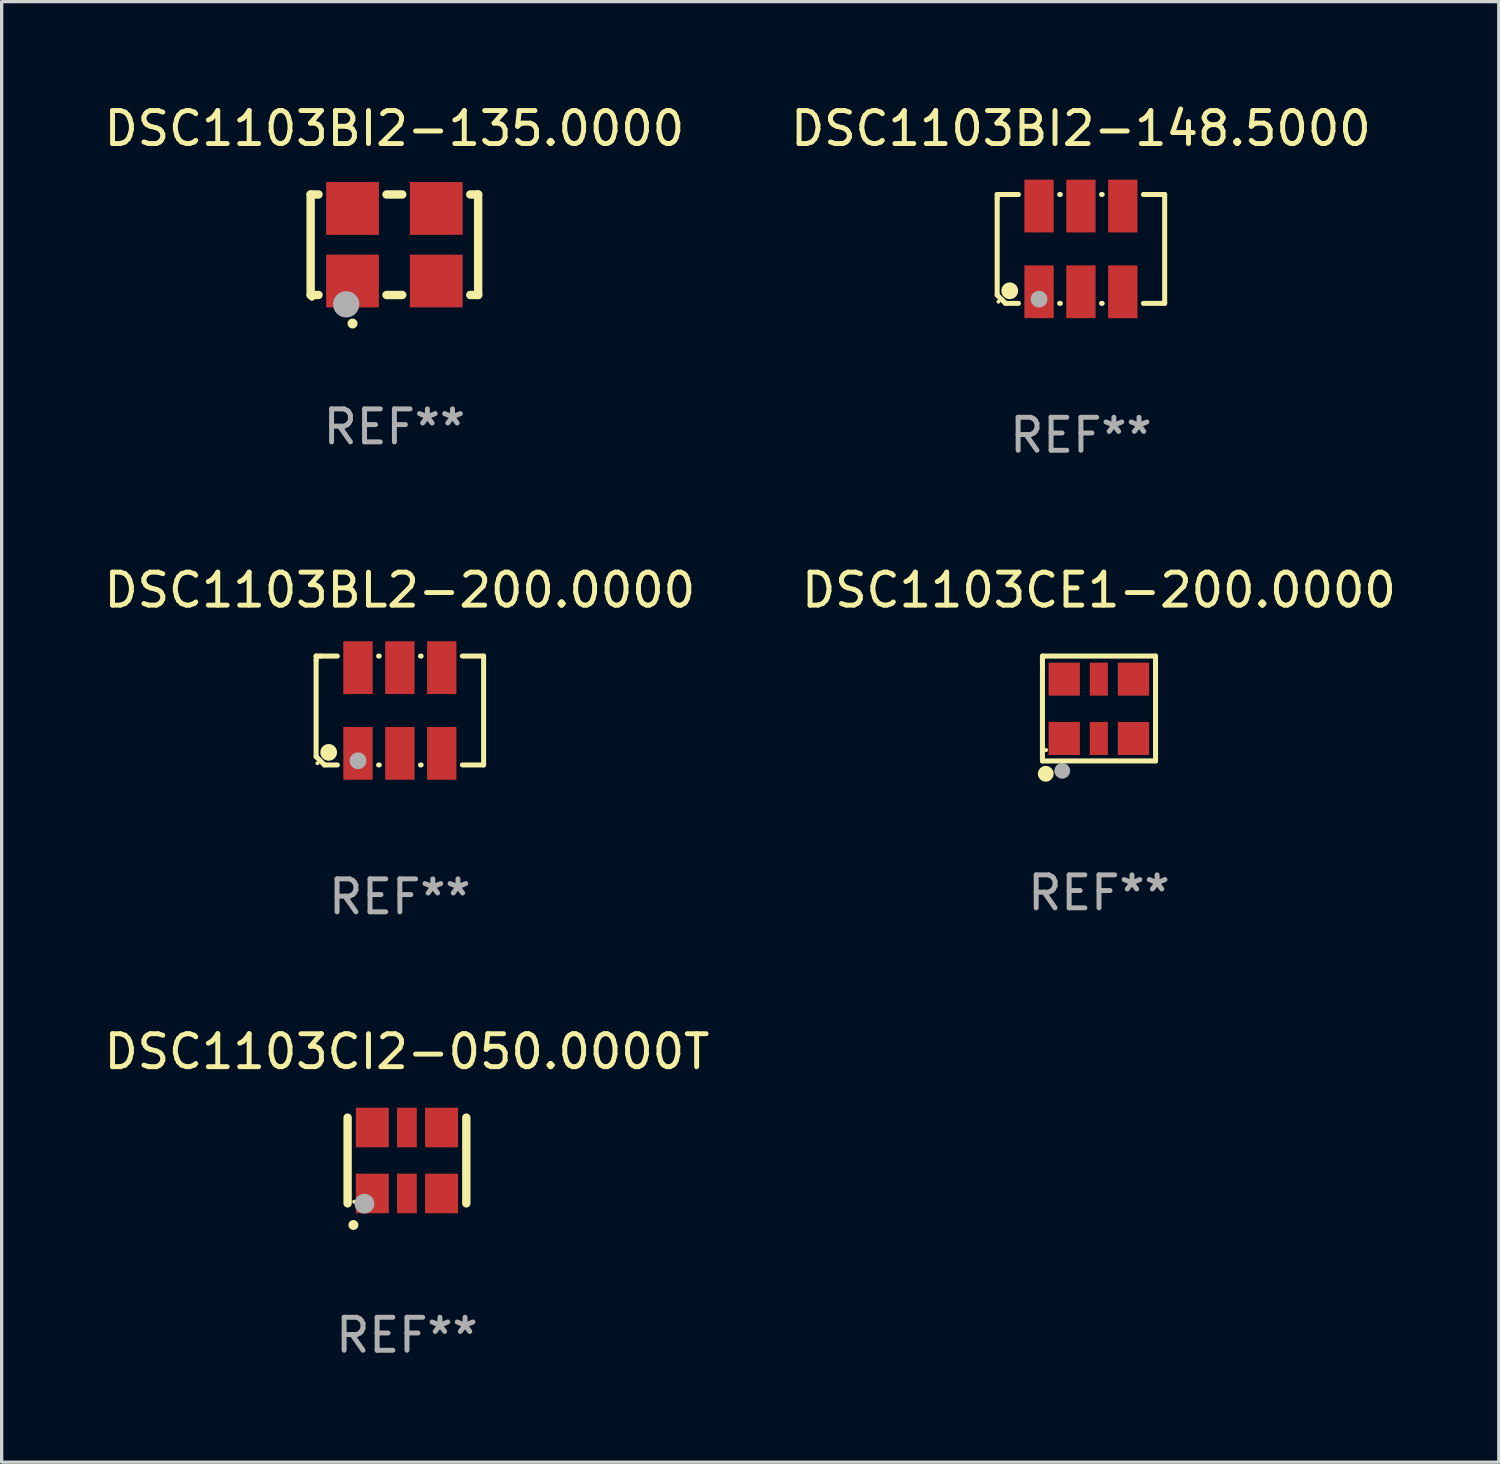
<source format=kicad_pcb>
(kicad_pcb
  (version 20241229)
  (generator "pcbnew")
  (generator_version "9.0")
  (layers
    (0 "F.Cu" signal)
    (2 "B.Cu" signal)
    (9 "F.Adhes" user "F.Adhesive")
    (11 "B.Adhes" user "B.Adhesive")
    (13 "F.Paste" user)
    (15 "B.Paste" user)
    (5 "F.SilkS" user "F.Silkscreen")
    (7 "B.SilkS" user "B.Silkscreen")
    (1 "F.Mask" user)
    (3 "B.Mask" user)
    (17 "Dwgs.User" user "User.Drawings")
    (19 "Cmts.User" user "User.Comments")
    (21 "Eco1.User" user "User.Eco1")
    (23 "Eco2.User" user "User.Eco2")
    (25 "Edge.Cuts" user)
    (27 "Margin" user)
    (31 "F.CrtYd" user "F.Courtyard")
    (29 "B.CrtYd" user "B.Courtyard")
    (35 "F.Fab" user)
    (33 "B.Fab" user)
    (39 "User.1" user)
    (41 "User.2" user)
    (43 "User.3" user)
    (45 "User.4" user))
  (footprint "DSC1103BI2-135.0000"
    (layer "F.Cu")
    (at 8.911 4.372)
    (property "Reference" "DSC1103BI2-135.0000" (at 0 -3.524 0) (layer "F.SilkS") (effects (font (size 1 1) (thickness 0.15))))
    (attr through_hole)
    (fp_line (start -2.54 -1.524) (end -2.301 -1.524) (stroke (width 0.254) (type solid)) (layer "F.SilkS"))
    (fp_line (start -2.54 1.524) (end -2.54 -1.524) (stroke (width 0.254) (type solid)) (layer "F.SilkS"))
    (fp_line (start -2.301 1.524) (end -2.54 1.524) (stroke (width 0.254) (type solid)) (layer "F.SilkS"))
    (fp_line (start -0.239 -1.524) (end 0.239 -1.524) (stroke (width 0.254) (type solid)) (layer "F.SilkS"))
    (fp_line (start 0.239 1.524) (end -0.239 1.524) (stroke (width 0.254) (type solid)) (layer "F.SilkS"))
    (fp_line (start 2.301 -1.524) (end 2.54 -1.524) (stroke (width 0.254) (type solid)) (layer "F.SilkS"))
    (fp_line (start 2.54 -1.524) (end 2.54 1.524) (stroke (width 0.254) (type solid)) (layer "F.SilkS"))
    (fp_line (start 2.54 1.524) (end 2.301 1.524) (stroke (width 0.254) (type solid)) (layer "F.SilkS"))
    (fp_arc (start -1.271298 2.389992) (mid -1.270028 2.389987) (end -1.268758 2.389992) (stroke (width 0.3) (type solid)) (layer "F.SilkS"))
    (fp_circle (center -2.5 1.6) (end -2.45 1.6) (stroke (width 0.1) (type solid)) (fill no) (layer "F.SilkS"))
    (fp_circle (center -1.462 1.807) (end -1.262 1.807) (stroke (width 0.4) (type solid)) (fill no) (layer "F.Fab"))
    (fp_text user "REF**" (at 0 5.524 0) (layer "F.Fab") (effects (font (size 1 1) (thickness 0.15))))
    (pad "1" smd rect (at -1.27 1.1) (size 1.6 1.6) (layers "F.Cu" "F.Mask" "F.Paste"))
    (pad "2" smd rect (at 1.27 1.1) (size 1.6 1.6) (layers "F.Cu" "F.Mask" "F.Paste"))
    (pad "3" smd rect (at 1.27 -1.1) (size 1.6 1.6) (layers "F.Cu" "F.Mask" "F.Paste"))
    (pad "4" smd rect (at -1.27 -1.1) (size 1.6 1.6) (layers "F.Cu" "F.Mask" "F.Paste")))
  (footprint "DSC1103BL2-200.0000"
    (layer "F.Cu")
    (at 9.077 18.498)
    (property "Reference" "DSC1103BL2-200.0000" (at 0 -3.651 0) (layer "F.SilkS") (effects (font (size 1 1) (thickness 0.15))))
    (attr through_hole)
    (fp_line (start -2.54 -1.651) (end -2.413 -1.651) (stroke (width 0.152) (type solid)) (layer "F.SilkS"))
    (fp_line (start -2.54 -1.524) (end -2.54 -1.651) (stroke (width 0.152) (type solid)) (layer "F.SilkS"))
    (fp_line (start -2.54 1.397) (end -2.54 -1.524) (stroke (width 0.152) (type solid)) (layer "F.SilkS"))
    (fp_line (start -2.413 -1.651) (end -1.895 -1.651) (stroke (width 0.152) (type solid)) (layer "F.SilkS"))
    (fp_line (start -2.286 1.651) (end -2.54 1.397) (stroke (width 0.152) (type solid)) (layer "F.SilkS"))
    (fp_line (start -1.895 1.651) (end -2.286 1.651) (stroke (width 0.152) (type solid)) (layer "F.SilkS"))
    (fp_line (start -0.645 -1.651) (end -0.625 -1.651) (stroke (width 0.152) (type solid)) (layer "F.SilkS"))
    (fp_line (start -0.625 1.651) (end -0.645 1.651) (stroke (width 0.152) (type solid)) (layer "F.SilkS"))
    (fp_line (start 0.625 -1.651) (end 0.645 -1.651) (stroke (width 0.152) (type solid)) (layer "F.SilkS"))
    (fp_line (start 0.645 1.651) (end 0.625 1.651) (stroke (width 0.152) (type solid)) (layer "F.SilkS"))
    (fp_line (start 1.895 -1.651) (end 2.54 -1.651) (stroke (width 0.152) (type solid)) (layer "F.SilkS"))
    (fp_line (start 2.54 -1.651) (end 2.54 1.651) (stroke (width 0.152) (type solid)) (layer "F.SilkS"))
    (fp_line (start 2.54 1.651) (end 1.895 1.651) (stroke (width 0.152) (type solid)) (layer "F.SilkS"))
    (fp_circle (center -2.5 1.6) (end -2.47 1.6) (stroke (width 0.06) (type solid)) (fill no) (layer "F.SilkS"))
    (fp_circle (center -2.159 1.27) (end -2.032 1.27) (stroke (width 0.254) (type solid)) (fill no) (layer "F.SilkS"))
    (fp_circle (center -1.27 1.524) (end -1.143 1.524) (stroke (width 0.254) (type solid)) (fill no) (layer "F.Fab"))
    (fp_text user "REF**" (at 0 5.651 0) (layer "F.Fab") (effects (font (size 1 1) (thickness 0.15))))
    (pad "1" smd rect (at -1.27 1.3) (size 0.89 1.6) (layers "F.Cu" "F.Mask" "F.Paste"))
    (pad "2" smd rect (at 0 1.3) (size 0.89 1.6) (layers "F.Cu" "F.Mask" "F.Paste"))
    (pad "3" smd rect (at 1.27 1.3) (size 0.89 1.6) (layers "F.Cu" "F.Mask" "F.Paste"))
    (pad "4" smd rect (at 1.27 -1.3) (size 0.89 1.6) (layers "F.Cu" "F.Mask" "F.Paste"))
    (pad "5" smd rect (at 0 -1.3) (size 0.89 1.6) (layers "F.Cu" "F.Mask" "F.Paste"))
    (pad "6" smd rect (at -1.27 -1.3) (size 0.89 1.6) (layers "F.Cu" "F.Mask" "F.Paste")))
  (footprint "DSC1103CI2-050.0000T"
    (layer "F.Cu")
    (at 9.292 32.145)
    (property "Reference" "DSC1103CI2-050.0000T" (at 0 -3.3 0) (layer "F.SilkS") (effects (font (size 1 1) (thickness 0.15))))
    (attr through_hole)
    (fp_line (start -1.8 -1.3) (end -1.8 1.3) (stroke (width 0.254) (type solid)) (layer "F.SilkS"))
    (fp_line (start 1.8 -1.3) (end 1.8 1.3) (stroke (width 0.254) (type solid)) (layer "F.SilkS"))
    (fp_arc (start -1.625603 1.955804) (mid -1.624333 1.955799) (end -1.623063 1.955804) (stroke (width 0.3) (type solid)) (layer "F.SilkS"))
    (fp_circle (center -1.6 1.25) (end -1.57 1.25) (stroke (width 0.06) (type solid)) (fill no) (layer "F.SilkS"))
    (fp_circle (center -1.29 1.31) (end -1.14 1.31) (stroke (width 0.3) (type solid)) (fill no) (layer "F.Fab"))
    (fp_text user "REF**" (at 0 5.3 0) (layer "F.Fab") (effects (font (size 1 1) (thickness 0.15))))
    (pad "1" smd rect (at -1.05 1) (size 1 1.2) (layers "F.Cu" "F.Mask" "F.Paste"))
    (pad "2" smd rect (at 0 1) (size 0.6 1.2) (layers "F.Cu" "F.Mask" "F.Paste"))
    (pad "3" smd rect (at 1.05 1) (size 1 1.2) (layers "F.Cu" "F.Mask" "F.Paste"))
    (pad "4" smd rect (at 1.05 -1) (size 1 1.2) (layers "F.Cu" "F.Mask" "F.Paste"))
    (pad "5" smd rect (at 0 -1) (size 0.6 1.2) (layers "F.Cu" "F.Mask" "F.Paste"))
    (pad "6" smd rect (at -1.05 -1) (size 1 1.2) (layers "F.Cu" "F.Mask" "F.Paste")))
  (footprint "DSC1103CE1-200.0000"
    (layer "F.Cu")
    (at 30.28 18.437)
    (property "Reference" "DSC1103CE1-200.0000" (at 0 -3.59 0) (layer "F.SilkS") (effects (font (size 1 1) (thickness 0.15))))
    (attr through_hole)
    (fp_line (start -1.715 -1.59) (end -1.715 -1.28) (stroke (width 0.152) (type solid)) (layer "F.SilkS"))
    (fp_line (start -1.715 -1.26) (end -1.715 1.59) (stroke (width 0.152) (type solid)) (layer "F.SilkS"))
    (fp_line (start -1.715 1.59) (end 1.715 1.59) (stroke (width 0.152) (type solid)) (layer "F.SilkS"))
    (fp_line (start 1.715 -1.59) (end -1.715 -1.59) (stroke (width 0.152) (type solid)) (layer "F.SilkS"))
    (fp_line (start 1.715 1.59) (end 1.715 -1.59) (stroke (width 0.152) (type solid)) (layer "F.SilkS"))
    (fp_circle (center -1.615 1.98) (end -1.495 1.98) (stroke (width 0.24) (type solid)) (fill no) (layer "F.SilkS"))
    (fp_circle (center -1.605 1.26) (end -1.575 1.26) (stroke (width 0.06) (type solid)) (fill no) (layer "F.SilkS"))
    (fp_circle (center -1.115 1.89) (end -0.995 1.89) (stroke (width 0.24) (type solid)) (fill no) (layer "F.Fab"))
    (fp_text user "REF**" (at 0 5.59 0) (layer "F.Fab") (effects (font (size 1 1) (thickness 0.15))))
    (pad "1" smd rect (at -1.055 0.91) (size 0.95 1) (layers "F.Cu" "F.Mask" "F.Paste"))
    (pad "2" smd rect (at -0.005 0.91) (size 0.55 1) (layers "F.Cu" "F.Mask" "F.Paste"))
    (pad "3" smd rect (at 1.045 0.91) (size 0.95 1) (layers "F.Cu" "F.Mask" "F.Paste"))
    (pad "4" smd rect (at 1.045 -0.89 180) (size 0.95 1) (layers "F.Cu" "F.Mask" "F.Paste"))
    (pad "5" smd rect (at -0.005 -0.89) (size 0.55 1) (layers "F.Cu" "F.Mask" "F.Paste"))
    (pad "6" smd rect (at -1.055 -0.89 180) (size 0.95 1) (layers "F.Cu" "F.Mask" "F.Paste")))
  (footprint "DSC1103BI2-148.5000"
    (layer "F.Cu")
    (at 29.732 4.499)
    (property "Reference" "DSC1103BI2-148.5000" (at 0 -3.651 0) (layer "F.SilkS") (effects (font (size 1 1) (thickness 0.15))))
    (attr through_hole)
    (fp_line (start -2.54 -1.651) (end -2.413 -1.651) (stroke (width 0.152) (type solid)) (layer "F.SilkS"))
    (fp_line (start -2.54 -1.524) (end -2.54 -1.651) (stroke (width 0.152) (type solid)) (layer "F.SilkS"))
    (fp_line (start -2.54 1.397) (end -2.54 -1.524) (stroke (width 0.152) (type solid)) (layer "F.SilkS"))
    (fp_line (start -2.413 -1.651) (end -1.895 -1.651) (stroke (width 0.152) (type solid)) (layer "F.SilkS"))
    (fp_line (start -2.286 1.651) (end -2.54 1.397) (stroke (width 0.152) (type solid)) (layer "F.SilkS"))
    (fp_line (start -1.895 1.651) (end -2.286 1.651) (stroke (width 0.152) (type solid)) (layer "F.SilkS"))
    (fp_line (start -0.645 -1.651) (end -0.625 -1.651) (stroke (width 0.152) (type solid)) (layer "F.SilkS"))
    (fp_line (start -0.625 1.651) (end -0.645 1.651) (stroke (width 0.152) (type solid)) (layer "F.SilkS"))
    (fp_line (start 0.625 -1.651) (end 0.645 -1.651) (stroke (width 0.152) (type solid)) (layer "F.SilkS"))
    (fp_line (start 0.645 1.651) (end 0.625 1.651) (stroke (width 0.152) (type solid)) (layer "F.SilkS"))
    (fp_line (start 1.895 -1.651) (end 2.54 -1.651) (stroke (width 0.152) (type solid)) (layer "F.SilkS"))
    (fp_line (start 2.54 -1.651) (end 2.54 1.651) (stroke (width 0.152) (type solid)) (layer "F.SilkS"))
    (fp_line (start 2.54 1.651) (end 1.895 1.651) (stroke (width 0.152) (type solid)) (layer "F.SilkS"))
    (fp_circle (center -2.5 1.6) (end -2.47 1.6) (stroke (width 0.06) (type solid)) (fill no) (layer "F.SilkS"))
    (fp_circle (center -2.159 1.27) (end -2.032 1.27) (stroke (width 0.254) (type solid)) (fill no) (layer "F.SilkS"))
    (fp_circle (center -1.27 1.524) (end -1.143 1.524) (stroke (width 0.254) (type solid)) (fill no) (layer "F.Fab"))
    (fp_text user "REF**" (at 0 5.651 0) (layer "F.Fab") (effects (font (size 1 1) (thickness 0.15))))
    (pad "1" smd rect (at -1.27 1.3) (size 0.89 1.6) (layers "F.Cu" "F.Mask" "F.Paste"))
    (pad "2" smd rect (at 0 1.3) (size 0.89 1.6) (layers "F.Cu" "F.Mask" "F.Paste"))
    (pad "3" smd rect (at 1.27 1.3) (size 0.89 1.6) (layers "F.Cu" "F.Mask" "F.Paste"))
    (pad "4" smd rect (at 1.27 -1.3) (size 0.89 1.6) (layers "F.Cu" "F.Mask" "F.Paste"))
    (pad "5" smd rect (at 0 -1.3) (size 0.89 1.6) (layers "F.Cu" "F.Mask" "F.Paste"))
    (pad "6" smd rect (at -1.27 -1.3) (size 0.89 1.6) (layers "F.Cu" "F.Mask" "F.Paste")))
  (gr_rect
    (start -3 -3)
    (end 42.405 41.294)
    (stroke (width 0.1) (type default))
    (fill no)
    (layer "Edge.Cuts")))
</source>
